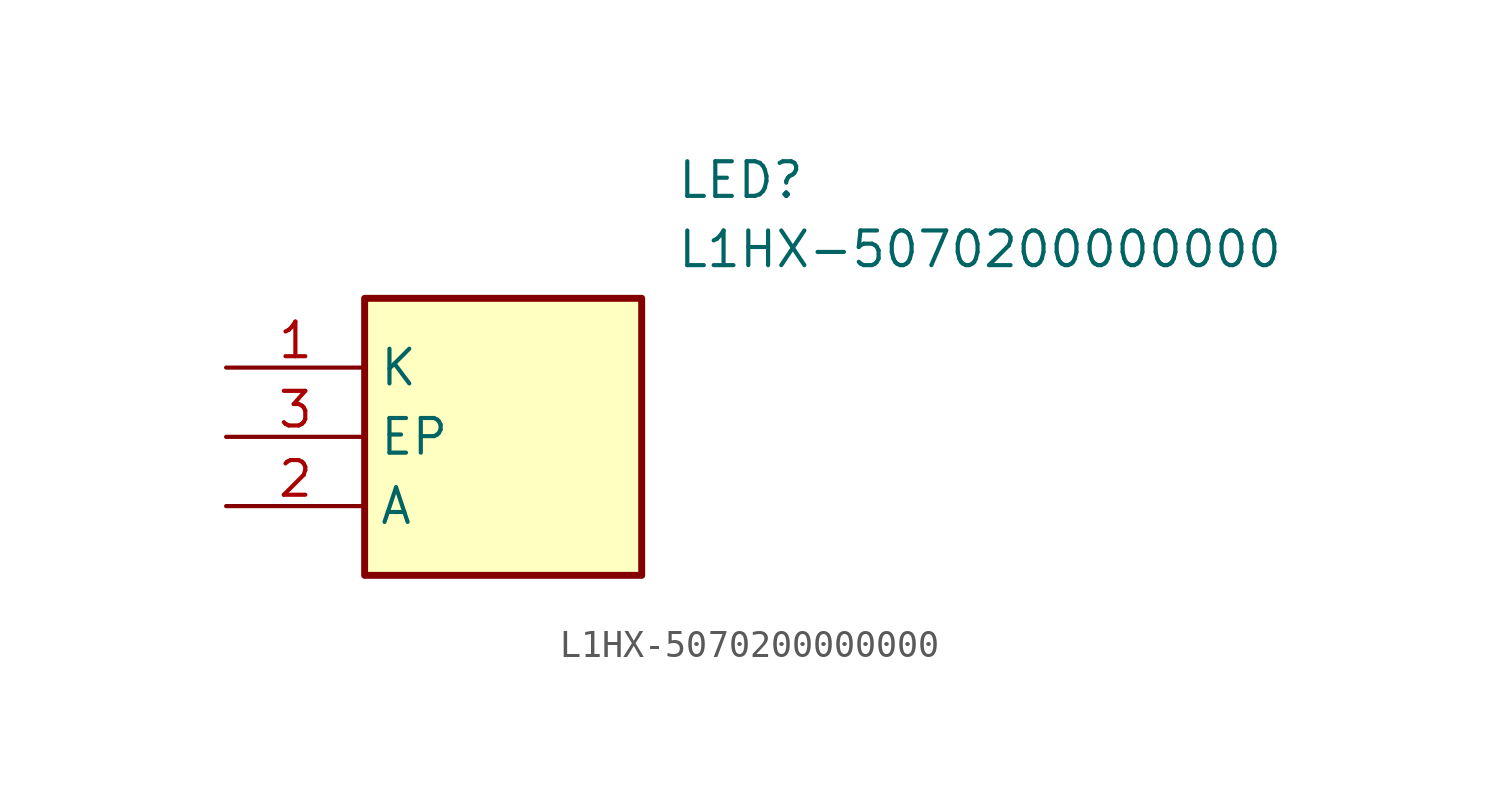
<source format=kicad_sym>
(kicad_symbol_lib
  (version 20211014)
  (generator SamacSys_ECAD_Model)
  (symbol "L1HX-5070200000000"
    (property "Reference" "LED"
      (at 16.51 7.62 0)
      (effects (font (size 1.27 1.27)) (justify left top)))
    (property "Value" "L1HX-5070200000000"
      (at 16.51 5.08 0)
      (effects (font (size 1.27 1.27)) (justify left top)))
    (rectangle
      (start 5.08 2.54)
      (end 15.24 -7.62)
      (stroke (width 0.254) (type default))
      (fill (type background)))
    (pin passive line
      (at 0 0 0)
      (length 5.08)
      (name "K" (effects (font (size 1.27 1.27))))
      (number "1" (effects (font (size 1.27 1.27)))))
    (pin passive line
      (at 0 -5.08 0)
      (length 5.08)
      (name "A" (effects (font (size 1.27 1.27))))
      (number "2" (effects (font (size 1.27 1.27)))))
    (pin passive line
      (at 0 -2.54 0)
      (length 5.08)
      (name "EP" (effects (font (size 1.27 1.27))))
      (number "3" (effects (font (size 1.27 1.27)))))))
</source>
